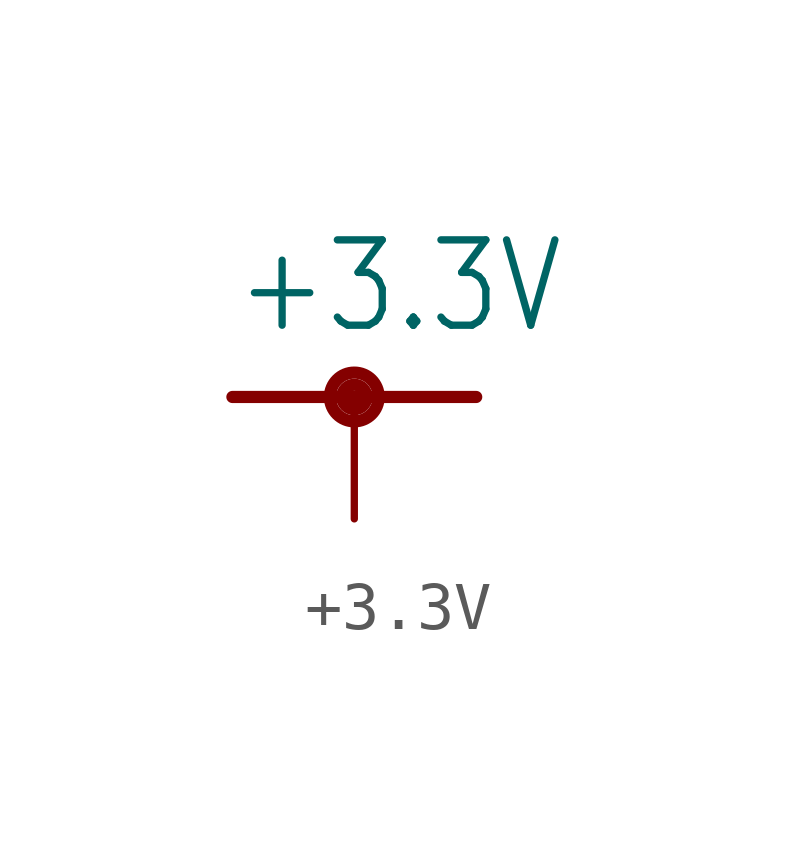
<source format=kicad_sym>
(kicad_symbol_lib
  (version 20231120)
  (generator "kicad_symbol_editor")
  (generator_version "8.0")
  (symbol "+3.3V"
    (power)
    (property "Reference" ""
      (at 0 0 0)
      (effects (font (size 1.27 1.27)) (hide yes)))
    (property "Value" "+3.3V"
      (at -2.54 1.27 0)
      (effects (font (size 1.778 1.511)) (justify left bottom)))
    (property "ki_locked" ""
      (at 0 0 0)
      (effects (font (size 1.27 1.27))))
    (symbol "+3.3V_1_0"
      (polyline (pts (xy -2.54 0) (xy 2.54 0)) (stroke (width 0.254) (type solid)) (fill (type none)))
      (circle (center 0 0) (radius 0.254) (stroke (width 0.254) (type solid)) (fill (type none)))
      (circle (center 0 0) (radius 0.508) (stroke (width 0.254) (type solid)) (fill (type none)))
      (pin power_out line (at 0 -2.54 90) (length 2.54) (name "+3.3V" (effects (font (size 0 0)))) (number "1" (effects (font (size 0 0))))))))
</source>
